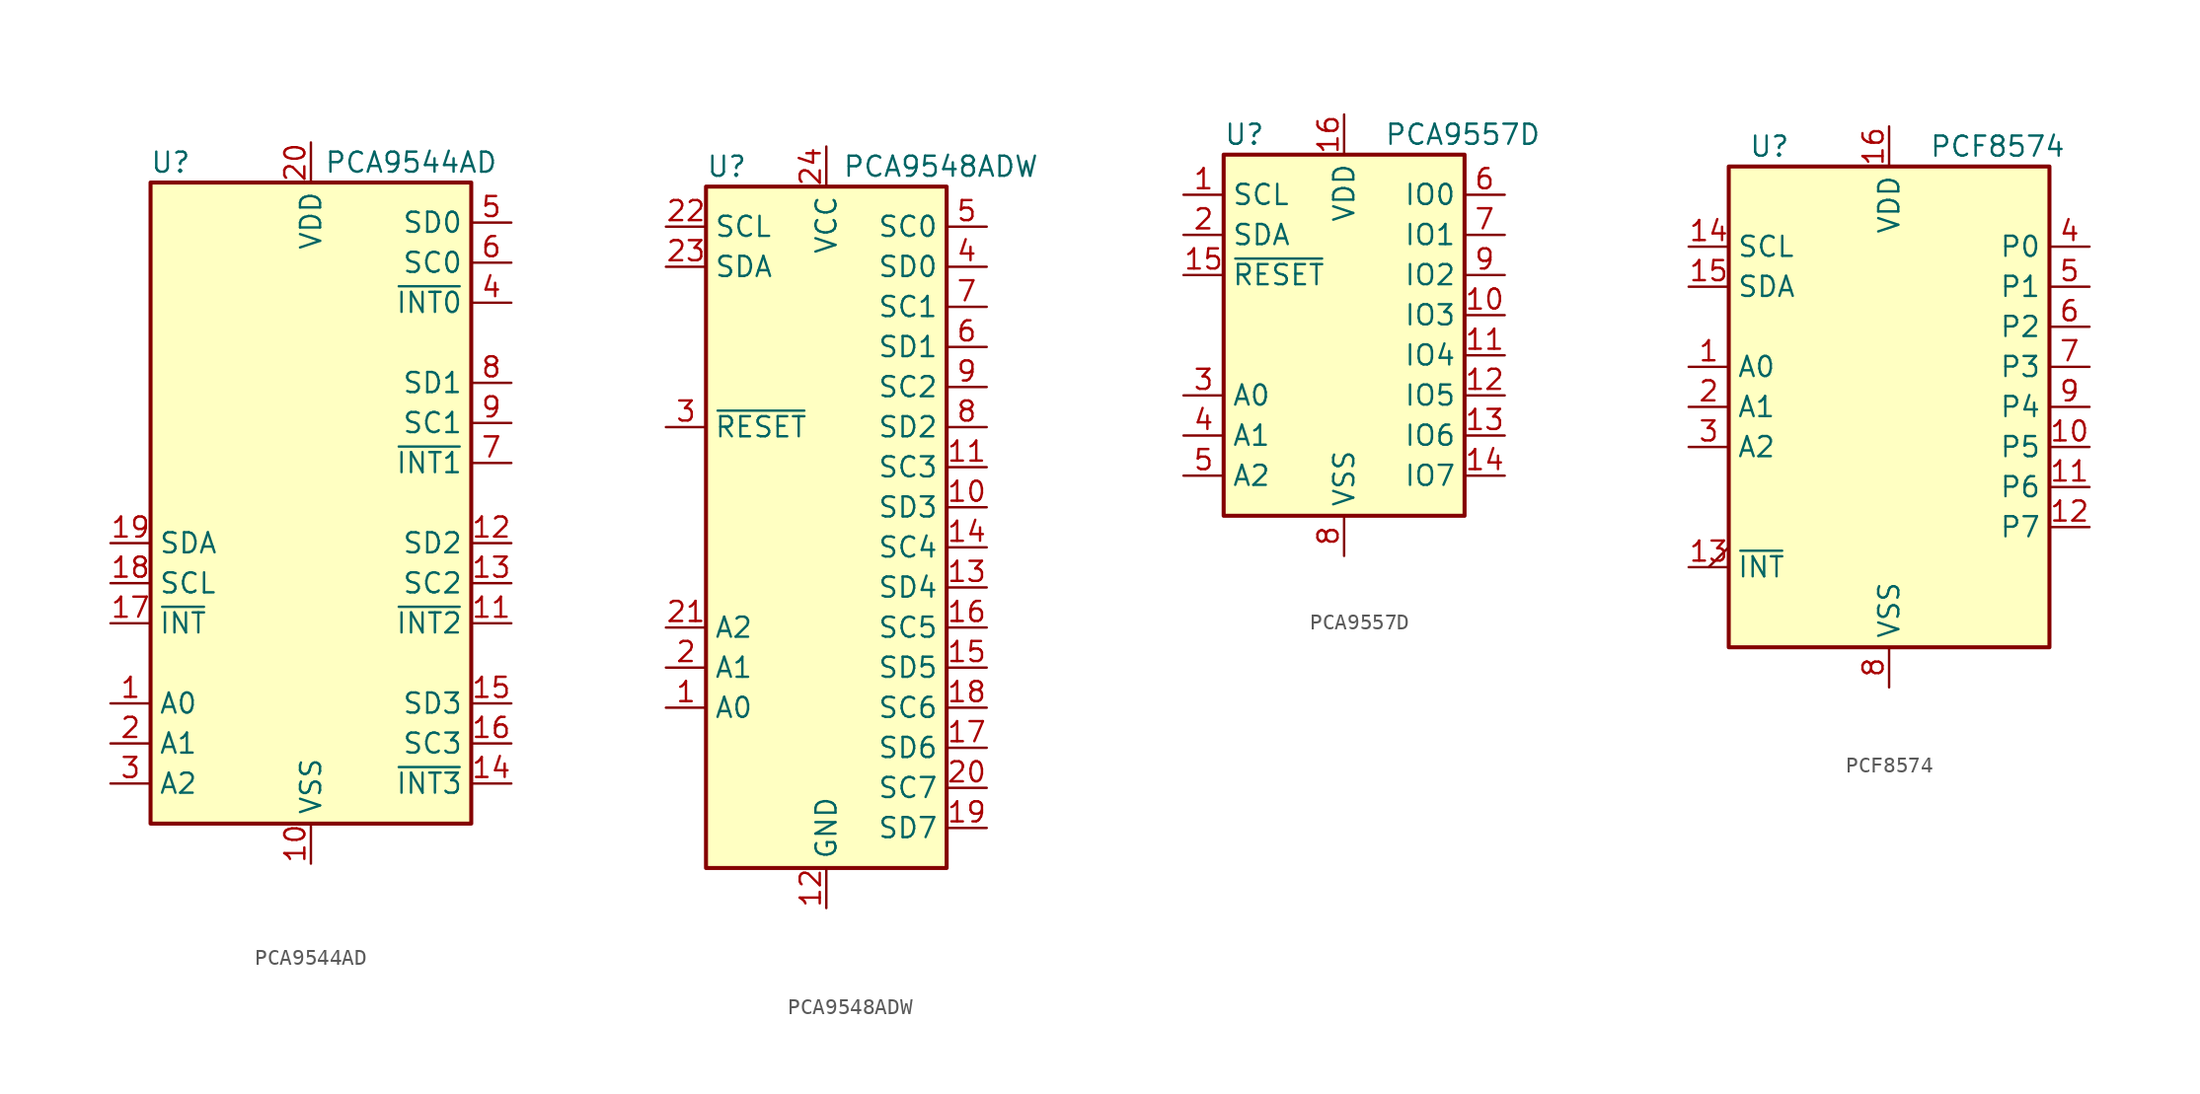
<source format=kicad_sym>
(kicad_symbol_lib
  (version 20201005)
  (generator kicad_symbol_editor)
  (symbol "Interface_Expansion:PCA9544AD"
    (property "Reference" "U"
      (at -8.89 21.59 0)
      (effects (font (size 1.27 1.27))))
    (property "Value" "PCA9544AD"
      (at 6.35 21.59 0)
      (effects (font (size 1.27 1.27))))
    (symbol "PCA9544AD_0_1"
      (rectangle (start 10.16 20.32) (end -10.16 -20.32) (stroke (width 0.254)) (fill (type background))))
    (symbol "PCA9544AD_1_1"
      (pin input line (at -12.7 -12.7 0) (length 2.54) (name "A0" (effects (font (size 1.27 1.27)))) (number "1" (effects (font (size 1.27 1.27)))))
      (pin power_in line (at 0 -22.86 90) (length 2.54) (name "VSS" (effects (font (size 1.27 1.27)))) (number "10" (effects (font (size 1.27 1.27)))))
      (pin input line (at 12.7 -7.62 180) (length 2.54) (name "~INT2" (effects (font (size 1.27 1.27)))) (number "11" (effects (font (size 1.27 1.27)))))
      (pin bidirectional line (at 12.7 -2.54 180) (length 2.54) (name "SD2" (effects (font (size 1.27 1.27)))) (number "12" (effects (font (size 1.27 1.27)))))
      (pin output line (at 12.7 -5.08 180) (length 2.54) (name "SC2" (effects (font (size 1.27 1.27)))) (number "13" (effects (font (size 1.27 1.27)))))
      (pin input line (at 12.7 -17.78 180) (length 2.54) (name "~INT3" (effects (font (size 1.27 1.27)))) (number "14" (effects (font (size 1.27 1.27)))))
      (pin bidirectional line (at 12.7 -12.7 180) (length 2.54) (name "SD3" (effects (font (size 1.27 1.27)))) (number "15" (effects (font (size 1.27 1.27)))))
      (pin output line (at 12.7 -15.24 180) (length 2.54) (name "SC3" (effects (font (size 1.27 1.27)))) (number "16" (effects (font (size 1.27 1.27)))))
      (pin open_collector line (at -12.7 -7.62 0) (length 2.54) (name "~INT" (effects (font (size 1.27 1.27)))) (number "17" (effects (font (size 1.27 1.27)))))
      (pin input line (at -12.7 -5.08 0) (length 2.54) (name "SCL" (effects (font (size 1.27 1.27)))) (number "18" (effects (font (size 1.27 1.27)))))
      (pin bidirectional line (at -12.7 -2.54 0) (length 2.54) (name "SDA" (effects (font (size 1.27 1.27)))) (number "19" (effects (font (size 1.27 1.27)))))
      (pin input line (at -12.7 -15.24 0) (length 2.54) (name "A1" (effects (font (size 1.27 1.27)))) (number "2" (effects (font (size 1.27 1.27)))))
      (pin power_in line (at 0 22.86 270) (length 2.54) (name "VDD" (effects (font (size 1.27 1.27)))) (number "20" (effects (font (size 1.27 1.27)))))
      (pin input line (at -12.7 -17.78 0) (length 2.54) (name "A2" (effects (font (size 1.27 1.27)))) (number "3" (effects (font (size 1.27 1.27)))))
      (pin input line (at 12.7 12.7 180) (length 2.54) (name "~INT0" (effects (font (size 1.27 1.27)))) (number "4" (effects (font (size 1.27 1.27)))))
      (pin bidirectional line (at 12.7 17.78 180) (length 2.54) (name "SD0" (effects (font (size 1.27 1.27)))) (number "5" (effects (font (size 1.27 1.27)))))
      (pin output line (at 12.7 15.24 180) (length 2.54) (name "SC0" (effects (font (size 1.27 1.27)))) (number "6" (effects (font (size 1.27 1.27)))))
      (pin input line (at 12.7 2.54 180) (length 2.54) (name "~INT1" (effects (font (size 1.27 1.27)))) (number "7" (effects (font (size 1.27 1.27)))))
      (pin bidirectional line (at 12.7 7.62 180) (length 2.54) (name "SD1" (effects (font (size 1.27 1.27)))) (number "8" (effects (font (size 1.27 1.27)))))
      (pin output line (at 12.7 5.08 180) (length 2.54) (name "SC1" (effects (font (size 1.27 1.27)))) (number "9" (effects (font (size 1.27 1.27)))))))
  (symbol "Interface_Expansion:PCA9548ADW"
    (property "Reference" "U"
      (at -7.62 21.59 0)
      (effects (font (size 1.27 1.27)) (justify left)))
    (property "Value" "PCA9548ADW"
      (at 1.016 21.59 0)
      (effects (font (size 1.27 1.27)) (justify left)))
    (symbol "PCA9548ADW_0_1"
      (rectangle (start -7.62 20.32) (end 7.62 -22.86) (stroke (width 0.254)) (fill (type background))))
    (symbol "PCA9548ADW_1_1"
      (pin input line (at -10.16 -12.7 0) (length 2.54) (name "A0" (effects (font (size 1.27 1.27)))) (number "1" (effects (font (size 1.27 1.27)))))
      (pin bidirectional line (at 10.16 0 180) (length 2.54) (name "SD3" (effects (font (size 1.27 1.27)))) (number "10" (effects (font (size 1.27 1.27)))))
      (pin output line (at 10.16 2.54 180) (length 2.54) (name "SC3" (effects (font (size 1.27 1.27)))) (number "11" (effects (font (size 1.27 1.27)))))
      (pin power_in line (at 0 -25.4 90) (length 2.54) (name "GND" (effects (font (size 1.27 1.27)))) (number "12" (effects (font (size 1.27 1.27)))))
      (pin bidirectional line (at 10.16 -5.08 180) (length 2.54) (name "SD4" (effects (font (size 1.27 1.27)))) (number "13" (effects (font (size 1.27 1.27)))))
      (pin output line (at 10.16 -2.54 180) (length 2.54) (name "SC4" (effects (font (size 1.27 1.27)))) (number "14" (effects (font (size 1.27 1.27)))))
      (pin bidirectional line (at 10.16 -10.16 180) (length 2.54) (name "SD5" (effects (font (size 1.27 1.27)))) (number "15" (effects (font (size 1.27 1.27)))))
      (pin output line (at 10.16 -7.62 180) (length 2.54) (name "SC5" (effects (font (size 1.27 1.27)))) (number "16" (effects (font (size 1.27 1.27)))))
      (pin bidirectional line (at 10.16 -15.24 180) (length 2.54) (name "SD6" (effects (font (size 1.27 1.27)))) (number "17" (effects (font (size 1.27 1.27)))))
      (pin output line (at 10.16 -12.7 180) (length 2.54) (name "SC6" (effects (font (size 1.27 1.27)))) (number "18" (effects (font (size 1.27 1.27)))))
      (pin bidirectional line (at 10.16 -20.32 180) (length 2.54) (name "SD7" (effects (font (size 1.27 1.27)))) (number "19" (effects (font (size 1.27 1.27)))))
      (pin input line (at -10.16 -10.16 0) (length 2.54) (name "A1" (effects (font (size 1.27 1.27)))) (number "2" (effects (font (size 1.27 1.27)))))
      (pin output line (at 10.16 -17.78 180) (length 2.54) (name "SC7" (effects (font (size 1.27 1.27)))) (number "20" (effects (font (size 1.27 1.27)))))
      (pin input line (at -10.16 -7.62 0) (length 2.54) (name "A2" (effects (font (size 1.27 1.27)))) (number "21" (effects (font (size 1.27 1.27)))))
      (pin input line (at -10.16 17.78 0) (length 2.54) (name "SCL" (effects (font (size 1.27 1.27)))) (number "22" (effects (font (size 1.27 1.27)))))
      (pin bidirectional line (at -10.16 15.24 0) (length 2.54) (name "SDA" (effects (font (size 1.27 1.27)))) (number "23" (effects (font (size 1.27 1.27)))))
      (pin power_in line (at 0 22.86 270) (length 2.54) (name "VCC" (effects (font (size 1.27 1.27)))) (number "24" (effects (font (size 1.27 1.27)))))
      (pin input line (at -10.16 5.08 0) (length 2.54) (name "~RESET" (effects (font (size 1.27 1.27)))) (number "3" (effects (font (size 1.27 1.27)))))
      (pin bidirectional line (at 10.16 15.24 180) (length 2.54) (name "SD0" (effects (font (size 1.27 1.27)))) (number "4" (effects (font (size 1.27 1.27)))))
      (pin output line (at 10.16 17.78 180) (length 2.54) (name "SC0" (effects (font (size 1.27 1.27)))) (number "5" (effects (font (size 1.27 1.27)))))
      (pin bidirectional line (at 10.16 10.16 180) (length 2.54) (name "SD1" (effects (font (size 1.27 1.27)))) (number "6" (effects (font (size 1.27 1.27)))))
      (pin output line (at 10.16 12.7 180) (length 2.54) (name "SC1" (effects (font (size 1.27 1.27)))) (number "7" (effects (font (size 1.27 1.27)))))
      (pin bidirectional line (at 10.16 5.08 180) (length 2.54) (name "SD2" (effects (font (size 1.27 1.27)))) (number "8" (effects (font (size 1.27 1.27)))))
      (pin output line (at 10.16 7.62 180) (length 2.54) (name "SC2" (effects (font (size 1.27 1.27)))) (number "9" (effects (font (size 1.27 1.27)))))))
  (symbol "Interface_Expansion:PCA9557D"
    (property "Reference" "U"
      (at -7.62 11.43 0)
      (effects (font (size 1.27 1.27)) (justify left)))
    (property "Value" "PCA9557D"
      (at 2.54 11.43 0)
      (effects (font (size 1.27 1.27)) (justify left)))
    (symbol "PCA9557D_0_1"
      (rectangle (start -7.62 -12.7) (end 7.62 10.16) (stroke (width 0.254)) (fill (type background))))
    (symbol "PCA9557D_1_1"
      (pin input line (at -10.16 7.62 0) (length 2.54) (name "SCL" (effects (font (size 1.27 1.27)))) (number "1" (effects (font (size 1.27 1.27)))))
      (pin bidirectional line (at 10.16 0 180) (length 2.54) (name "IO3" (effects (font (size 1.27 1.27)))) (number "10" (effects (font (size 1.27 1.27)))))
      (pin bidirectional line (at 10.16 -2.54 180) (length 2.54) (name "IO4" (effects (font (size 1.27 1.27)))) (number "11" (effects (font (size 1.27 1.27)))))
      (pin bidirectional line (at 10.16 -5.08 180) (length 2.54) (name "IO5" (effects (font (size 1.27 1.27)))) (number "12" (effects (font (size 1.27 1.27)))))
      (pin bidirectional line (at 10.16 -7.62 180) (length 2.54) (name "IO6" (effects (font (size 1.27 1.27)))) (number "13" (effects (font (size 1.27 1.27)))))
      (pin bidirectional line (at 10.16 -10.16 180) (length 2.54) (name "IO7" (effects (font (size 1.27 1.27)))) (number "14" (effects (font (size 1.27 1.27)))))
      (pin input line (at -10.16 2.54 0) (length 2.54) (name "~RESET~" (effects (font (size 1.27 1.27)))) (number "15" (effects (font (size 1.27 1.27)))))
      (pin power_in line (at 0 12.7 270) (length 2.54) (name "VDD" (effects (font (size 1.27 1.27)))) (number "16" (effects (font (size 1.27 1.27)))))
      (pin bidirectional line (at -10.16 5.08 0) (length 2.54) (name "SDA" (effects (font (size 1.27 1.27)))) (number "2" (effects (font (size 1.27 1.27)))))
      (pin input line (at -10.16 -5.08 0) (length 2.54) (name "A0" (effects (font (size 1.27 1.27)))) (number "3" (effects (font (size 1.27 1.27)))))
      (pin input line (at -10.16 -7.62 0) (length 2.54) (name "A1" (effects (font (size 1.27 1.27)))) (number "4" (effects (font (size 1.27 1.27)))))
      (pin input line (at -10.16 -10.16 0) (length 2.54) (name "A2" (effects (font (size 1.27 1.27)))) (number "5" (effects (font (size 1.27 1.27)))))
      (pin bidirectional line (at 10.16 7.62 180) (length 2.54) (name "IO0" (effects (font (size 1.27 1.27)))) (number "6" (effects (font (size 1.27 1.27)))))
      (pin bidirectional line (at 10.16 5.08 180) (length 2.54) (name "IO1" (effects (font (size 1.27 1.27)))) (number "7" (effects (font (size 1.27 1.27)))))
      (pin power_in line (at 0 -15.24 90) (length 2.54) (name "VSS" (effects (font (size 1.27 1.27)))) (number "8" (effects (font (size 1.27 1.27)))))
      (pin bidirectional line (at 10.16 2.54 180) (length 2.54) (name "IO2" (effects (font (size 1.27 1.27)))) (number "9" (effects (font (size 1.27 1.27)))))))
  (symbol "Interface_Expansion:PCF8574"
    (property "Reference" "U"
      (at -8.89 16.51 0)
      (effects (font (size 1.27 1.27)) (justify left)))
    (property "Value" "PCF8574"
      (at 2.54 16.51 0)
      (effects (font (size 1.27 1.27)) (justify left)))
    (symbol "PCF8574_0_1"
      (rectangle (start -10.16 15.24) (end 10.16 -15.24) (stroke (width 0.254)) (fill (type background))))
    (symbol "PCF8574_1_1"
      (pin input line (at -12.7 2.54 0) (length 2.54) (name "A0" (effects (font (size 1.27 1.27)))) (number "1" (effects (font (size 1.27 1.27)))))
      (pin bidirectional line (at 12.7 -2.54 180) (length 2.54) (name "P5" (effects (font (size 1.27 1.27)))) (number "10" (effects (font (size 1.27 1.27)))))
      (pin bidirectional line (at 12.7 -5.08 180) (length 2.54) (name "P6" (effects (font (size 1.27 1.27)))) (number "11" (effects (font (size 1.27 1.27)))))
      (pin bidirectional line (at 12.7 -7.62 180) (length 2.54) (name "P7" (effects (font (size 1.27 1.27)))) (number "12" (effects (font (size 1.27 1.27)))))
      (pin open_collector output_low (at -12.7 -10.16 0) (length 2.54) (name "~INT~" (effects (font (size 1.27 1.27)))) (number "13" (effects (font (size 1.27 1.27)))))
      (pin input line (at -12.7 10.16 0) (length 2.54) (name "SCL" (effects (font (size 1.27 1.27)))) (number "14" (effects (font (size 1.27 1.27)))))
      (pin bidirectional line (at -12.7 7.62 0) (length 2.54) (name "SDA" (effects (font (size 1.27 1.27)))) (number "15" (effects (font (size 1.27 1.27)))))
      (pin power_in line (at 0 17.78 270) (length 2.54) (name "VDD" (effects (font (size 1.27 1.27)))) (number "16" (effects (font (size 1.27 1.27)))))
      (pin input line (at -12.7 0 0) (length 2.54) (name "A1" (effects (font (size 1.27 1.27)))) (number "2" (effects (font (size 1.27 1.27)))))
      (pin input line (at -12.7 -2.54 0) (length 2.54) (name "A2" (effects (font (size 1.27 1.27)))) (number "3" (effects (font (size 1.27 1.27)))))
      (pin bidirectional line (at 12.7 10.16 180) (length 2.54) (name "P0" (effects (font (size 1.27 1.27)))) (number "4" (effects (font (size 1.27 1.27)))))
      (pin bidirectional line (at 12.7 7.62 180) (length 2.54) (name "P1" (effects (font (size 1.27 1.27)))) (number "5" (effects (font (size 1.27 1.27)))))
      (pin bidirectional line (at 12.7 5.08 180) (length 2.54) (name "P2" (effects (font (size 1.27 1.27)))) (number "6" (effects (font (size 1.27 1.27)))))
      (pin bidirectional line (at 12.7 2.54 180) (length 2.54) (name "P3" (effects (font (size 1.27 1.27)))) (number "7" (effects (font (size 1.27 1.27)))))
      (pin power_in line (at 0 -17.78 90) (length 2.54) (name "VSS" (effects (font (size 1.27 1.27)))) (number "8" (effects (font (size 1.27 1.27)))))
      (pin bidirectional line (at 12.7 0 180) (length 2.54) (name "P4" (effects (font (size 1.27 1.27)))) (number "9" (effects (font (size 1.27 1.27))))))))
</source>
